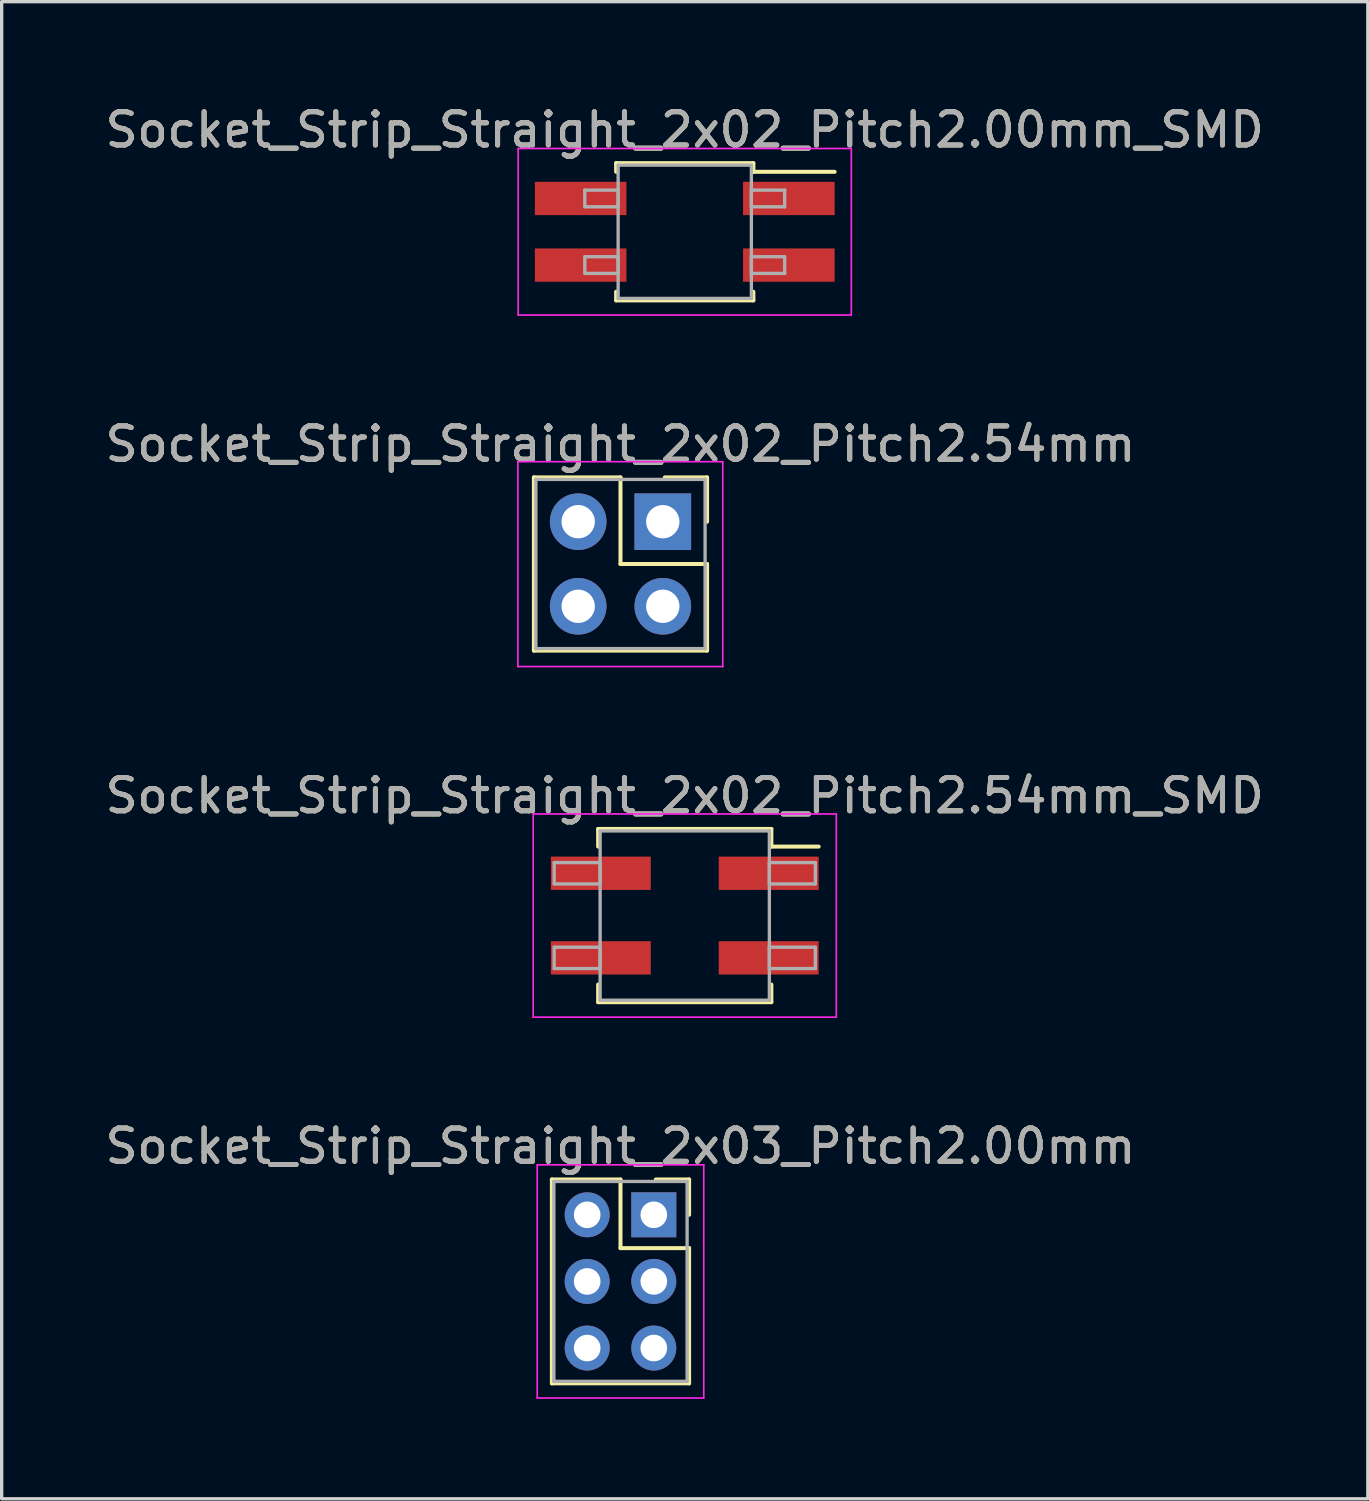
<source format=kicad_pcb>
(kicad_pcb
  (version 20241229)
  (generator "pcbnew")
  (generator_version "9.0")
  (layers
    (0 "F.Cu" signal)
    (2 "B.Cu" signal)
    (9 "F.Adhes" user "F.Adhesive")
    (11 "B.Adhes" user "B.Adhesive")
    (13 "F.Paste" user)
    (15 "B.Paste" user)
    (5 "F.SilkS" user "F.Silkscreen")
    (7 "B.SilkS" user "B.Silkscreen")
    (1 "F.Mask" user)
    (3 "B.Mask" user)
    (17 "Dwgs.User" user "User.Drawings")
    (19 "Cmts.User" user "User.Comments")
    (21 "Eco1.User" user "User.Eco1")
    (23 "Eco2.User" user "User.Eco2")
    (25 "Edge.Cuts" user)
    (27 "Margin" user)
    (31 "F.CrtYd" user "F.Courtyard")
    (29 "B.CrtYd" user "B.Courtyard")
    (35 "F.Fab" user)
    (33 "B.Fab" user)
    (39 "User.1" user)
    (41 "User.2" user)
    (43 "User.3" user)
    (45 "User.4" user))
  (footprint "Socket_Strip_Straight_2x02_Pitch2.54mm"
    (layer "F.Cu")
    (at 16.847 12.611)
    (property "Reference" "Socket_Strip_Straight_2x02_Pitch2.54mm" (at -1.27 -2.33 0) (layer "F.SilkS") (effects (font (size 1 1) (thickness 0.15))))
    (attr through_hole)
    (fp_line (start -3.87 -1.33) (end -1.27 -1.33) (stroke (width 0.12) (type solid)) (layer "F.SilkS"))
    (fp_line (start -3.87 3.87) (end -3.87 -1.33) (stroke (width 0.12) (type solid)) (layer "F.SilkS"))
    (fp_line (start -1.27 -1.33) (end -1.27 1.27) (stroke (width 0.12) (type solid)) (layer "F.SilkS"))
    (fp_line (start -1.27 1.27) (end 1.33 1.27) (stroke (width 0.12) (type solid)) (layer "F.SilkS"))
    (fp_line (start 1.33 -1.33) (end 0.06 -1.33) (stroke (width 0.12) (type solid)) (layer "F.SilkS"))
    (fp_line (start 1.33 0) (end 1.33 -1.33) (stroke (width 0.12) (type solid)) (layer "F.SilkS"))
    (fp_line (start 1.33 1.27) (end 1.33 3.87) (stroke (width 0.12) (type solid)) (layer "F.SilkS"))
    (fp_line (start 1.33 3.87) (end -3.87 3.87) (stroke (width 0.12) (type solid)) (layer "F.SilkS"))
    (fp_line (start -4.35 -1.8) (end -4.35 4.35) (stroke (width 0.05) (type solid)) (layer "F.CrtYd"))
    (fp_line (start -4.35 4.35) (end 1.8 4.35) (stroke (width 0.05) (type solid)) (layer "F.CrtYd"))
    (fp_line (start 1.8 -1.8) (end -4.35 -1.8) (stroke (width 0.05) (type solid)) (layer "F.CrtYd"))
    (fp_line (start 1.8 4.35) (end 1.8 -1.8) (stroke (width 0.05) (type solid)) (layer "F.CrtYd"))
    (fp_line (start -3.81 -1.27) (end -3.81 3.81) (stroke (width 0.1) (type solid)) (layer "F.Fab"))
    (fp_line (start -3.81 3.81) (end 1.27 3.81) (stroke (width 0.1) (type solid)) (layer "F.Fab"))
    (fp_line (start 1.27 -1.27) (end -3.81 -1.27) (stroke (width 0.1) (type solid)) (layer "F.Fab"))
    (fp_line (start 1.27 3.81) (end 1.27 -1.27) (stroke (width 0.1) (type solid)) (layer "F.Fab"))
    (fp_text user "${REFERENCE}" (at -1.27 -2.33 0) (layer "F.Fab") (effects (font (size 1 1) (thickness 0.15))))
    (pad "1" thru_hole rect (at 0 0) (size 1.7 1.7) (drill 1) (layers "*.Cu" "*.Mask"))
    (pad "2" thru_hole oval (at -2.54 0) (size 1.7 1.7) (drill 1) (layers "*.Cu" "*.Mask"))
    (pad "3" thru_hole oval (at 0 2.54) (size 1.7 1.7) (drill 1) (layers "*.Cu" "*.Mask"))
    (pad "4" thru_hole oval (at -2.54 2.54) (size 1.7 1.7) (drill 1) (layers "*.Cu" "*.Mask")))
  (footprint "Socket_Strip_Straight_2x02_Pitch2.00mm_SMD"
    (layer "F.Cu")
    (at 17.506 3.908)
    (property "Reference" "Socket_Strip_Straight_2x02_Pitch2.00mm_SMD" (at 0 -3.06 0) (layer "F.SilkS") (effects (font (size 1 1) (thickness 0.15))))
    (attr smd)
    (fp_line (start -2.06 -2.06) (end 2.06 -2.06) (stroke (width 0.12) (type solid)) (layer "F.SilkS"))
    (fp_line (start -2.06 -1.8) (end -2.06 -2.06) (stroke (width 0.12) (type solid)) (layer "F.SilkS"))
    (fp_line (start -2.06 1.8) (end -2.06 2.06) (stroke (width 0.12) (type solid)) (layer "F.SilkS"))
    (fp_line (start -2.06 2.06) (end 2.06 2.06) (stroke (width 0.12) (type solid)) (layer "F.SilkS"))
    (fp_line (start 2.06 -2.06) (end 2.06 -1.8) (stroke (width 0.12) (type solid)) (layer "F.SilkS"))
    (fp_line (start 2.06 2.06) (end 2.06 1.8) (stroke (width 0.12) (type solid)) (layer "F.SilkS"))
    (fp_line (start 4.5 -1.8) (end 2.06 -1.8) (stroke (width 0.12) (type solid)) (layer "F.SilkS"))
    (fp_line (start -5 -2.5) (end -5 2.5) (stroke (width 0.05) (type solid)) (layer "F.CrtYd"))
    (fp_line (start -5 2.5) (end 5 2.5) (stroke (width 0.05) (type solid)) (layer "F.CrtYd"))
    (fp_line (start 5 -2.5) (end -5 -2.5) (stroke (width 0.05) (type solid)) (layer "F.CrtYd"))
    (fp_line (start 5 2.5) (end 5 -2.5) (stroke (width 0.05) (type solid)) (layer "F.CrtYd"))
    (fp_line (start -3 -1.25) (end -2 -1.25) (stroke (width 0.1) (type solid)) (layer "F.Fab"))
    (fp_line (start -3 -0.75) (end -3 -1.25) (stroke (width 0.1) (type solid)) (layer "F.Fab"))
    (fp_line (start -3 0.75) (end -2 0.75) (stroke (width 0.1) (type solid)) (layer "F.Fab"))
    (fp_line (start -3 1.25) (end -3 0.75) (stroke (width 0.1) (type solid)) (layer "F.Fab"))
    (fp_line (start -2 -2) (end -2 2) (stroke (width 0.1) (type solid)) (layer "F.Fab"))
    (fp_line (start -2 -1.25) (end -2 -0.75) (stroke (width 0.1) (type solid)) (layer "F.Fab"))
    (fp_line (start -2 -0.75) (end -3 -0.75) (stroke (width 0.1) (type solid)) (layer "F.Fab"))
    (fp_line (start -2 0.75) (end -2 1.25) (stroke (width 0.1) (type solid)) (layer "F.Fab"))
    (fp_line (start -2 1.25) (end -3 1.25) (stroke (width 0.1) (type solid)) (layer "F.Fab"))
    (fp_line (start -2 2) (end 2 2) (stroke (width 0.1) (type solid)) (layer "F.Fab"))
    (fp_line (start 2 -2) (end -2 -2) (stroke (width 0.1) (type solid)) (layer "F.Fab"))
    (fp_line (start 2 -1.25) (end 2 -0.75) (stroke (width 0.1) (type solid)) (layer "F.Fab"))
    (fp_line (start 2 -0.75) (end 3 -0.75) (stroke (width 0.1) (type solid)) (layer "F.Fab"))
    (fp_line (start 2 0.75) (end 2 1.25) (stroke (width 0.1) (type solid)) (layer "F.Fab"))
    (fp_line (start 2 1.25) (end 3 1.25) (stroke (width 0.1) (type solid)) (layer "F.Fab"))
    (fp_line (start 2 2) (end 2 -2) (stroke (width 0.1) (type solid)) (layer "F.Fab"))
    (fp_line (start 3 -1.25) (end 2 -1.25) (stroke (width 0.1) (type solid)) (layer "F.Fab"))
    (fp_line (start 3 -0.75) (end 3 -1.25) (stroke (width 0.1) (type solid)) (layer "F.Fab"))
    (fp_line (start 3 0.75) (end 2 0.75) (stroke (width 0.1) (type solid)) (layer "F.Fab"))
    (fp_line (start 3 1.25) (end 3 0.75) (stroke (width 0.1) (type solid)) (layer "F.Fab"))
    (fp_text user "${REFERENCE}" (at 0 -3.06 0) (layer "F.Fab") (effects (font (size 1 1) (thickness 0.15))))
    (pad "1" smd rect (at 3.125 -1) (size 2.75 1) (layers "F.Cu" "F.Mask" "F.Paste"))
    (pad "2" smd rect (at -3.125 -1) (size 2.75 1) (layers "F.Cu" "F.Mask" "F.Paste"))
    (pad "3" smd rect (at 3.125 1) (size 2.75 1) (layers "F.Cu" "F.Mask" "F.Paste"))
    (pad "4" smd rect (at -3.125 1) (size 2.75 1) (layers "F.Cu" "F.Mask" "F.Paste")))
  (footprint "Socket_Strip_Straight_2x02_Pitch2.54mm_SMD"
    (layer "F.Cu")
    (at 17.506 24.435)
    (property "Reference" "Socket_Strip_Straight_2x02_Pitch2.54mm_SMD" (at 0 -3.6 0) (layer "F.SilkS") (effects (font (size 1 1) (thickness 0.15))))
    (attr smd)
    (fp_line (start -2.6 -2.6) (end 2.6 -2.6) (stroke (width 0.12) (type solid)) (layer "F.SilkS"))
    (fp_line (start -2.6 -2.07) (end -2.6 -2.6) (stroke (width 0.12) (type solid)) (layer "F.SilkS"))
    (fp_line (start -2.6 2.07) (end -2.6 2.6) (stroke (width 0.12) (type solid)) (layer "F.SilkS"))
    (fp_line (start -2.6 2.6) (end 2.6 2.6) (stroke (width 0.12) (type solid)) (layer "F.SilkS"))
    (fp_line (start 2.6 -2.6) (end 2.6 -2.07) (stroke (width 0.12) (type solid)) (layer "F.SilkS"))
    (fp_line (start 2.6 2.6) (end 2.6 2.07) (stroke (width 0.12) (type solid)) (layer "F.SilkS"))
    (fp_line (start 4.02 -2.07) (end 2.6 -2.07) (stroke (width 0.12) (type solid)) (layer "F.SilkS"))
    (fp_line (start -4.55 -3.05) (end -4.55 3.05) (stroke (width 0.05) (type solid)) (layer "F.CrtYd"))
    (fp_line (start -4.55 3.05) (end 4.55 3.05) (stroke (width 0.05) (type solid)) (layer "F.CrtYd"))
    (fp_line (start 4.55 -3.05) (end -4.55 -3.05) (stroke (width 0.05) (type solid)) (layer "F.CrtYd"))
    (fp_line (start 4.55 3.05) (end 4.55 -3.05) (stroke (width 0.05) (type solid)) (layer "F.CrtYd"))
    (fp_line (start -3.92 -1.59) (end -2.54 -1.59) (stroke (width 0.1) (type solid)) (layer "F.Fab"))
    (fp_line (start -3.92 -0.95) (end -3.92 -1.59) (stroke (width 0.1) (type solid)) (layer "F.Fab"))
    (fp_line (start -3.92 0.95) (end -2.54 0.95) (stroke (width 0.1) (type solid)) (layer "F.Fab"))
    (fp_line (start -3.92 1.59) (end -3.92 0.95) (stroke (width 0.1) (type solid)) (layer "F.Fab"))
    (fp_line (start -2.54 -2.54) (end -2.54 2.54) (stroke (width 0.1) (type solid)) (layer "F.Fab"))
    (fp_line (start -2.54 -1.59) (end -2.54 -0.95) (stroke (width 0.1) (type solid)) (layer "F.Fab"))
    (fp_line (start -2.54 -0.95) (end -3.92 -0.95) (stroke (width 0.1) (type solid)) (layer "F.Fab"))
    (fp_line (start -2.54 0.95) (end -2.54 1.59) (stroke (width 0.1) (type solid)) (layer "F.Fab"))
    (fp_line (start -2.54 1.59) (end -3.92 1.59) (stroke (width 0.1) (type solid)) (layer "F.Fab"))
    (fp_line (start -2.54 2.54) (end 2.54 2.54) (stroke (width 0.1) (type solid)) (layer "F.Fab"))
    (fp_line (start 2.54 -2.54) (end -2.54 -2.54) (stroke (width 0.1) (type solid)) (layer "F.Fab"))
    (fp_line (start 2.54 -1.59) (end 2.54 -0.95) (stroke (width 0.1) (type solid)) (layer "F.Fab"))
    (fp_line (start 2.54 -0.95) (end 3.92 -0.95) (stroke (width 0.1) (type solid)) (layer "F.Fab"))
    (fp_line (start 2.54 0.95) (end 2.54 1.59) (stroke (width 0.1) (type solid)) (layer "F.Fab"))
    (fp_line (start 2.54 1.59) (end 3.92 1.59) (stroke (width 0.1) (type solid)) (layer "F.Fab"))
    (fp_line (start 2.54 2.54) (end 2.54 -2.54) (stroke (width 0.1) (type solid)) (layer "F.Fab"))
    (fp_line (start 3.92 -1.59) (end 2.54 -1.59) (stroke (width 0.1) (type solid)) (layer "F.Fab"))
    (fp_line (start 3.92 -0.95) (end 3.92 -1.59) (stroke (width 0.1) (type solid)) (layer "F.Fab"))
    (fp_line (start 3.92 0.95) (end 2.54 0.95) (stroke (width 0.1) (type solid)) (layer "F.Fab"))
    (fp_line (start 3.92 1.59) (end 3.92 0.95) (stroke (width 0.1) (type solid)) (layer "F.Fab"))
    (fp_text user "${REFERENCE}" (at 0 -3.6 0) (layer "F.Fab") (effects (font (size 1 1) (thickness 0.15))))
    (pad "1" smd rect (at 2.52 -1.27) (size 3 1) (layers "F.Cu" "F.Mask" "F.Paste"))
    (pad "2" smd rect (at -2.52 -1.27) (size 3 1) (layers "F.Cu" "F.Mask" "F.Paste"))
    (pad "3" smd rect (at 2.52 1.27) (size 3 1) (layers "F.Cu" "F.Mask" "F.Paste"))
    (pad "4" smd rect (at -2.52 1.27) (size 3 1) (layers "F.Cu" "F.Mask" "F.Paste")))
  (footprint "Socket_Strip_Straight_2x03_Pitch2.00mm"
    (layer "F.Cu")
    (at 16.577 33.418)
    (property "Reference" "Socket_Strip_Straight_2x03_Pitch2.00mm" (at -1 -2.06 0) (layer "F.SilkS") (effects (font (size 1 1) (thickness 0.15))))
    (attr through_hole)
    (fp_line (start -3.06 -1.06) (end -1 -1.06) (stroke (width 0.12) (type solid)) (layer "F.SilkS"))
    (fp_line (start -3.06 5.06) (end -3.06 -1.06) (stroke (width 0.12) (type solid)) (layer "F.SilkS"))
    (fp_line (start -1 -1.06) (end -1 1) (stroke (width 0.12) (type solid)) (layer "F.SilkS"))
    (fp_line (start -1 1) (end 1.06 1) (stroke (width 0.12) (type solid)) (layer "F.SilkS"))
    (fp_line (start 1.06 -1.06) (end 0.06 -1.06) (stroke (width 0.12) (type solid)) (layer "F.SilkS"))
    (fp_line (start 1.06 0) (end 1.06 -1.06) (stroke (width 0.12) (type solid)) (layer "F.SilkS"))
    (fp_line (start 1.06 1) (end 1.06 5.06) (stroke (width 0.12) (type solid)) (layer "F.SilkS"))
    (fp_line (start 1.06 5.06) (end -3.06 5.06) (stroke (width 0.12) (type solid)) (layer "F.SilkS"))
    (fp_line (start -3.5 -1.5) (end -3.5 5.5) (stroke (width 0.05) (type solid)) (layer "F.CrtYd"))
    (fp_line (start -3.5 5.5) (end 1.5 5.5) (stroke (width 0.05) (type solid)) (layer "F.CrtYd"))
    (fp_line (start 1.5 -1.5) (end -3.5 -1.5) (stroke (width 0.05) (type solid)) (layer "F.CrtYd"))
    (fp_line (start 1.5 5.5) (end 1.5 -1.5) (stroke (width 0.05) (type solid)) (layer "F.CrtYd"))
    (fp_line (start -3 -1) (end -3 5) (stroke (width 0.1) (type solid)) (layer "F.Fab"))
    (fp_line (start -3 5) (end 1 5) (stroke (width 0.1) (type solid)) (layer "F.Fab"))
    (fp_line (start 1 -1) (end -3 -1) (stroke (width 0.1) (type solid)) (layer "F.Fab"))
    (fp_line (start 1 5) (end 1 -1) (stroke (width 0.1) (type solid)) (layer "F.Fab"))
    (fp_text user "${REFERENCE}" (at -1 -2.06 0) (layer "F.Fab") (effects (font (size 1 1) (thickness 0.15))))
    (pad "1" thru_hole rect (at 0 0) (size 1.35 1.35) (drill 0.8) (layers "*.Cu" "*.Mask"))
    (pad "2" thru_hole oval (at -2 0) (size 1.35 1.35) (drill 0.8) (layers "*.Cu" "*.Mask"))
    (pad "3" thru_hole oval (at 0 2) (size 1.35 1.35) (drill 0.8) (layers "*.Cu" "*.Mask"))
    (pad "4" thru_hole oval (at -2 2) (size 1.35 1.35) (drill 0.8) (layers "*.Cu" "*.Mask"))
    (pad "5" thru_hole oval (at 0 4) (size 1.35 1.35) (drill 0.8) (layers "*.Cu" "*.Mask"))
    (pad "6" thru_hole oval (at -2 4) (size 1.35 1.35) (drill 0.8) (layers "*.Cu" "*.Mask")))
  (gr_rect
    (start -3 -3)
    (end 38.012 41.943)
    (stroke (width 0.1) (type default))
    (fill no)
    (layer "Edge.Cuts")))
</source>
